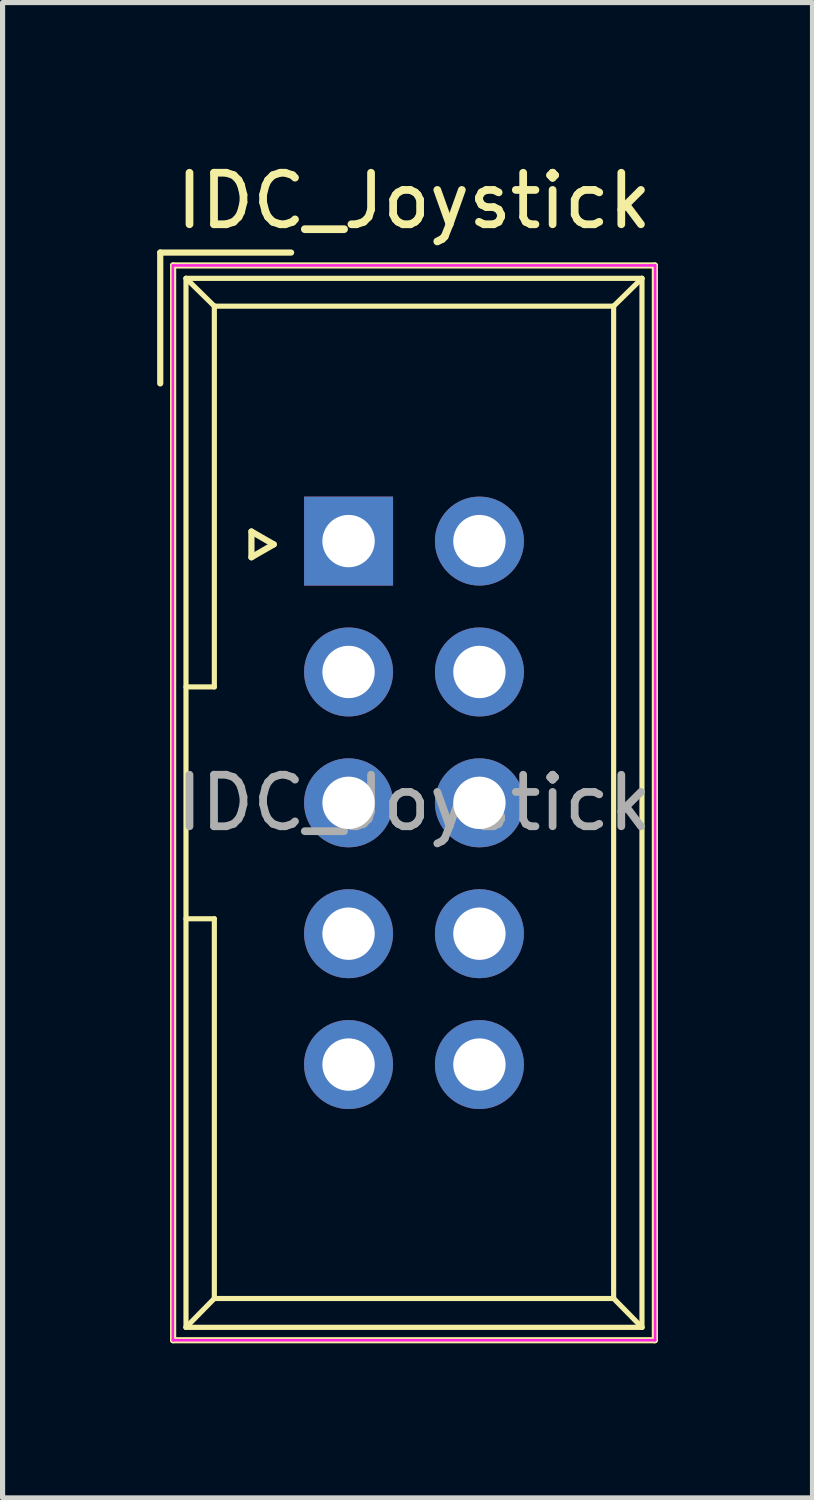
<source format=kicad_pcb>
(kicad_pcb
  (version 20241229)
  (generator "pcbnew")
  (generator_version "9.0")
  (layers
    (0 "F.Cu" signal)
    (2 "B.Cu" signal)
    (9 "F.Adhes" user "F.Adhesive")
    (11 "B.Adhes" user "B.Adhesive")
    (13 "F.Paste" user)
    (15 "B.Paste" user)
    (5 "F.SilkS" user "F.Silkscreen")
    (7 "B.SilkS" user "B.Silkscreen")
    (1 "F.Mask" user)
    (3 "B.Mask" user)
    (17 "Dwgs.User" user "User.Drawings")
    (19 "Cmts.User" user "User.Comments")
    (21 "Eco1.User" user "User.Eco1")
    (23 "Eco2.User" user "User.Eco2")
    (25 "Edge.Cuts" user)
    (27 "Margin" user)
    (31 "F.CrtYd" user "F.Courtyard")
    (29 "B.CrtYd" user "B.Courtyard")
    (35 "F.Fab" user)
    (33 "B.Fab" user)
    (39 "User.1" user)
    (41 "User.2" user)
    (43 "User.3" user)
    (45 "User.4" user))
  (footprint "IDC_Joystick"
    (layer "F.Cu")
    (at 3.715 7.452)
    (property "Reference" "IDC_Joystick" (at 1.27 -6.604 0) (layer "F.SilkS") (effects (font (size 1 1) (thickness 0.15))))
    (attr through_hole)
    (fp_line (start -3.655 -5.6) (end -3.655 -3.06) (stroke (width 0.12) (type solid)) (layer "F.SilkS"))
    (fp_line (start -3.655 -5.6) (end -1.115 -5.6) (stroke (width 0.12) (type solid)) (layer "F.SilkS"))
    (fp_line (start -3.405 -5.35) (end 5.945 -5.35) (stroke (width 0.12) (type solid)) (layer "F.SilkS"))
    (fp_line (start -3.405 15.51) (end -3.405 -5.35) (stroke (width 0.12) (type solid)) (layer "F.SilkS"))
    (fp_line (start -3.155 -5.1) (end -3.155 15.26) (stroke (width 0.1) (type solid)) (layer "F.SilkS"))
    (fp_line (start -3.155 -5.1) (end -2.605 -4.56) (stroke (width 0.1) (type solid)) (layer "F.SilkS"))
    (fp_line (start -3.155 15.26) (end -2.605 14.7) (stroke (width 0.1) (type solid)) (layer "F.SilkS"))
    (fp_line (start -2.605 -4.56) (end -2.605 2.83) (stroke (width 0.1) (type solid)) (layer "F.SilkS"))
    (fp_line (start -2.605 2.83) (end -3.155 2.83) (stroke (width 0.1) (type solid)) (layer "F.SilkS"))
    (fp_line (start -2.605 7.33) (end -3.155 7.33) (stroke (width 0.1) (type solid)) (layer "F.SilkS"))
    (fp_line (start -2.605 7.33) (end -2.605 14.7) (stroke (width 0.1) (type solid)) (layer "F.SilkS"))
    (fp_line (start -1.885 -0.186) (end -1.452 0.064) (stroke (width 0.12) (type solid)) (layer "F.SilkS"))
    (fp_line (start -1.885 0.314) (end -1.885 -0.186) (stroke (width 0.12) (type solid)) (layer "F.SilkS"))
    (fp_line (start -1.452 0.064) (end -1.885 0.314) (stroke (width 0.12) (type solid)) (layer "F.SilkS"))
    (fp_line (start 5.145 -4.56) (end -2.605 -4.56) (stroke (width 0.1) (type solid)) (layer "F.SilkS"))
    (fp_line (start 5.145 -4.56) (end 5.145 14.7) (stroke (width 0.1) (type solid)) (layer "F.SilkS"))
    (fp_line (start 5.145 14.7) (end -2.605 14.7) (stroke (width 0.1) (type solid)) (layer "F.SilkS"))
    (fp_line (start 5.695 -5.1) (end -3.155 -5.1) (stroke (width 0.1) (type solid)) (layer "F.SilkS"))
    (fp_line (start 5.695 -5.1) (end 5.145 -4.56) (stroke (width 0.1) (type solid)) (layer "F.SilkS"))
    (fp_line (start 5.695 -5.1) (end 5.695 15.26) (stroke (width 0.1) (type solid)) (layer "F.SilkS"))
    (fp_line (start 5.695 15.26) (end -3.155 15.26) (stroke (width 0.1) (type solid)) (layer "F.SilkS"))
    (fp_line (start 5.695 15.26) (end 5.145 14.7) (stroke (width 0.1) (type solid)) (layer "F.SilkS"))
    (fp_line (start 5.945 -5.35) (end 5.945 15.51) (stroke (width 0.12) (type solid)) (layer "F.SilkS"))
    (fp_line (start 5.945 15.51) (end -3.405 15.51) (stroke (width 0.12) (type solid)) (layer "F.SilkS"))
    (fp_line (start -3.41 -5.35) (end 5.95 -5.35) (stroke (width 0.05) (type solid)) (layer "F.CrtYd"))
    (fp_line (start -3.41 15.51) (end -3.41 -5.35) (stroke (width 0.05) (type solid)) (layer "F.CrtYd"))
    (fp_line (start 5.95 -5.35) (end 5.95 15.51) (stroke (width 0.05) (type solid)) (layer "F.CrtYd"))
    (fp_line (start 5.95 15.51) (end -3.41 15.51) (stroke (width 0.05) (type solid)) (layer "F.CrtYd"))
    (fp_text user "${REFERENCE}" (at 1.27 5.08 0) (layer "F.Fab") (effects (font (size 1 1) (thickness 0.15))))
    (pad "1" thru_hole rect (at 0 0) (size 1.727 1.727) (drill 1.016) (layers "*.Cu" "*.Mask"))
    (pad "2" thru_hole oval (at 0 2.54) (size 1.727 1.727) (drill 1.016) (layers "*.Cu" "*.Mask"))
    (pad "3" thru_hole oval (at 0 5.08) (size 1.727 1.727) (drill 1.016) (layers "*.Cu" "*.Mask"))
    (pad "4" thru_hole oval (at 0 7.62) (size 1.727 1.727) (drill 1.016) (layers "*.Cu" "*.Mask"))
    (pad "5" thru_hole oval (at 0 10.16) (size 1.727 1.727) (drill 1.016) (layers "*.Cu" "*.Mask"))
    (pad "6" thru_hole oval (at 2.54 0) (size 1.727 1.727) (drill 1.016) (layers "*.Cu" "*.Mask"))
    (pad "7" thru_hole oval (at 2.54 2.54) (size 1.727 1.727) (drill 1.016) (layers "*.Cu" "*.Mask"))
    (pad "8" thru_hole oval (at 2.54 5.08) (size 1.727 1.727) (drill 1.016) (layers "*.Cu" "*.Mask"))
    (pad "9" thru_hole oval (at 2.54 7.62) (size 1.727 1.727) (drill 1.016) (layers "*.Cu" "*.Mask"))
    (pad "10" thru_hole oval (at 2.54 10.16) (size 1.727 1.727) (drill 1.016) (layers "*.Cu" "*.Mask")))
  (gr_rect
    (start -3 -3)
    (end 12.72 26.022)
    (stroke (width 0.1) (type default))
    (fill no)
    (layer "Edge.Cuts")))
</source>
